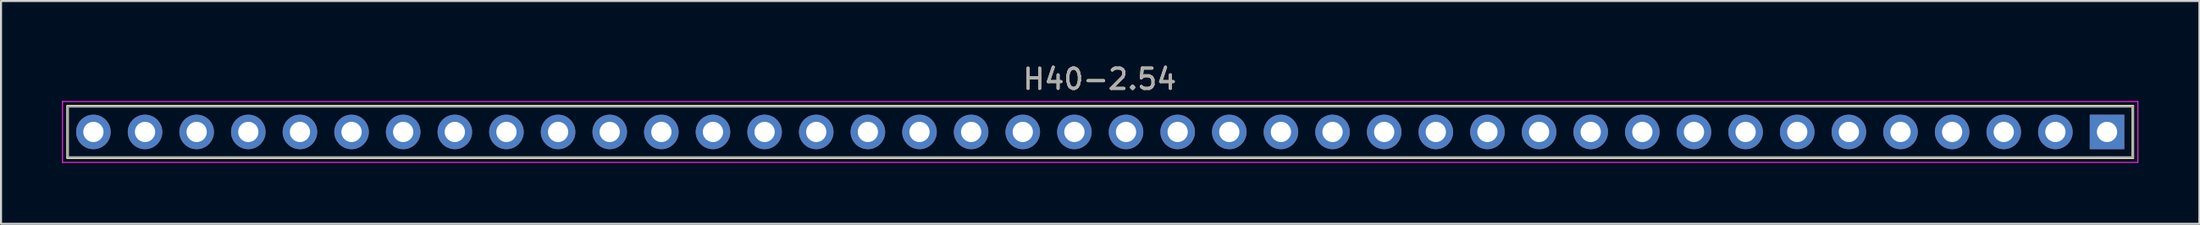
<source format=kicad_pcb>
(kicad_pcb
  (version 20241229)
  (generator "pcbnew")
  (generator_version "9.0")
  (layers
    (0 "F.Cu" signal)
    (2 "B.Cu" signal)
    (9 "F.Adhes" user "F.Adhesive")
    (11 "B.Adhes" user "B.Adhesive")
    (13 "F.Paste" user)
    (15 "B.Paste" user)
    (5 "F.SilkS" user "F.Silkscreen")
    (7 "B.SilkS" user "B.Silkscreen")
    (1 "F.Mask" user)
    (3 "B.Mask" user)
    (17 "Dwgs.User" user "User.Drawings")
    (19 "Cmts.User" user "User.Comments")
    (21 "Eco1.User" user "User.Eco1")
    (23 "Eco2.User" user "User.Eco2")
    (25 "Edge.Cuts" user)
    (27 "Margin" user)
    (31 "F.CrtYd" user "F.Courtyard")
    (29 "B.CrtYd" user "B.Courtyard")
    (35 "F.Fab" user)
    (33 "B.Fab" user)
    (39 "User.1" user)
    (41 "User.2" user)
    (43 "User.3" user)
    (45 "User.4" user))
  (footprint "H40-2.54"
    (layer "F.Cu")
    (at 51.075 3.448)
    (property "Reference" "H40-2.54" (at -0.025 -2.6 0) (layer "F.SilkS") (effects (font (size 1 1) (thickness 0.15))))
    (attr exclude_from_pos_files exclude_from_bom)
    (fp_line (start -50.8 -1.27) (end -50.8 1.27) (stroke (width 0.127) (type solid)) (layer "F.SilkS"))
    (fp_line (start -50.8 1.27) (end 50.8 1.27) (stroke (width 0.127) (type solid)) (layer "F.SilkS"))
    (fp_line (start 50.8 -1.27) (end -50.8 -1.27) (stroke (width 0.127) (type solid)) (layer "F.SilkS"))
    (fp_line (start 50.8 -1.27) (end 50.8 1.27) (stroke (width 0.127) (type solid)) (layer "F.SilkS"))
    (fp_line (start -51.05 -1.5) (end 51.05 -1.5) (stroke (width 0.05) (type solid)) (layer "F.CrtYd"))
    (fp_line (start -51.05 1.5) (end -51.05 -1.5) (stroke (width 0.05) (type solid)) (layer "F.CrtYd"))
    (fp_line (start 51.05 -1.5) (end 51.05 1.5) (stroke (width 0.05) (type solid)) (layer "F.CrtYd"))
    (fp_line (start 51.05 1.5) (end -51.05 1.5) (stroke (width 0.05) (type solid)) (layer "F.CrtYd"))
    (fp_line (start -50.8 -1.25) (end -50.8 1.25) (stroke (width 0.1) (type solid)) (layer "F.Fab"))
    (fp_line (start -50.8 -1.25) (end 50.8 -1.25) (stroke (width 0.1) (type solid)) (layer "F.Fab"))
    (fp_line (start -50.8 1.25) (end 50.8 1.25) (stroke (width 0.1) (type solid)) (layer "F.Fab"))
    (fp_line (start 50.8 -1.25) (end 50.8 1.25) (stroke (width 0.1) (type solid)) (layer "F.Fab"))
    (fp_text user "${REFERENCE}" (at -0.025 -2.6 0) (layer "F.Fab") (effects (font (size 1 1) (thickness 0.15))))
    (pad "1" thru_hole rect (at 49.53 0 270) (size 1.699 1.699) (drill 0.998) (layers "*.Cu" "*.Mask"))
    (pad "2" thru_hole circle (at 46.99 0 270) (size 1.699 1.699) (drill 0.998) (layers "*.Cu" "*.Mask"))
    (pad "3" thru_hole circle (at 44.45 0 270) (size 1.699 1.699) (drill 0.998) (layers "*.Cu" "*.Mask"))
    (pad "4" thru_hole circle (at 41.91 0 270) (size 1.699 1.699) (drill 0.998) (layers "*.Cu" "*.Mask"))
    (pad "5" thru_hole circle (at 39.37 0 270) (size 1.699 1.699) (drill 0.998) (layers "*.Cu" "*.Mask"))
    (pad "6" thru_hole circle (at 36.83 0 270) (size 1.699 1.699) (drill 0.998) (layers "*.Cu" "*.Mask"))
    (pad "7" thru_hole circle (at 34.29 0 270) (size 1.699 1.699) (drill 0.998) (layers "*.Cu" "*.Mask"))
    (pad "8" thru_hole circle (at 31.75 0 270) (size 1.699 1.699) (drill 0.998) (layers "*.Cu" "*.Mask"))
    (pad "9" thru_hole circle (at 29.21 0 270) (size 1.699 1.699) (drill 0.998) (layers "*.Cu" "*.Mask"))
    (pad "10" thru_hole circle (at 26.67 0 270) (size 1.699 1.699) (drill 0.998) (layers "*.Cu" "*.Mask"))
    (pad "11" thru_hole circle (at 24.13 0 270) (size 1.699 1.699) (drill 0.998) (layers "*.Cu" "*.Mask"))
    (pad "12" thru_hole circle (at 21.59 0 270) (size 1.699 1.699) (drill 0.998) (layers "*.Cu" "*.Mask"))
    (pad "13" thru_hole circle (at 19.05 0 270) (size 1.699 1.699) (drill 0.998) (layers "*.Cu" "*.Mask"))
    (pad "14" thru_hole circle (at 16.51 0 270) (size 1.699 1.699) (drill 0.998) (layers "*.Cu" "*.Mask"))
    (pad "15" thru_hole circle (at 13.97 0 270) (size 1.699 1.699) (drill 0.998) (layers "*.Cu" "*.Mask"))
    (pad "16" thru_hole circle (at 11.43 0 270) (size 1.699 1.699) (drill 0.998) (layers "*.Cu" "*.Mask"))
    (pad "17" thru_hole circle (at 8.89 0 270) (size 1.699 1.699) (drill 0.998) (layers "*.Cu" "*.Mask"))
    (pad "18" thru_hole circle (at 6.35 0 270) (size 1.699 1.699) (drill 0.998) (layers "*.Cu" "*.Mask"))
    (pad "19" thru_hole circle (at 3.81 0 270) (size 1.699 1.699) (drill 0.998) (layers "*.Cu" "*.Mask"))
    (pad "20" thru_hole circle (at 1.27 0 270) (size 1.699 1.699) (drill 0.998) (layers "*.Cu" "*.Mask"))
    (pad "21" thru_hole circle (at -1.27 0 270) (size 1.699 1.699) (drill 0.998) (layers "*.Cu" "*.Mask"))
    (pad "22" thru_hole circle (at -3.81 0 270) (size 1.699 1.699) (drill 0.998) (layers "*.Cu" "*.Mask"))
    (pad "23" thru_hole circle (at -6.35 0 270) (size 1.699 1.699) (drill 0.998) (layers "*.Cu" "*.Mask"))
    (pad "24" thru_hole circle (at -8.89 0 270) (size 1.699 1.699) (drill 0.998) (layers "*.Cu" "*.Mask"))
    (pad "25" thru_hole circle (at -11.43 0 270) (size 1.699 1.699) (drill 0.998) (layers "*.Cu" "*.Mask"))
    (pad "26" thru_hole circle (at -13.97 0 270) (size 1.699 1.699) (drill 0.998) (layers "*.Cu" "*.Mask"))
    (pad "27" thru_hole circle (at -16.51 0 270) (size 1.699 1.699) (drill 0.998) (layers "*.Cu" "*.Mask"))
    (pad "28" thru_hole circle (at -19.05 0 270) (size 1.699 1.699) (drill 0.998) (layers "*.Cu" "*.Mask"))
    (pad "29" thru_hole circle (at -21.59 0 270) (size 1.699 1.699) (drill 0.998) (layers "*.Cu" "*.Mask"))
    (pad "30" thru_hole circle (at -24.13 0 270) (size 1.699 1.699) (drill 0.998) (layers "*.Cu" "*.Mask"))
    (pad "31" thru_hole circle (at -26.67 0 270) (size 1.699 1.699) (drill 0.998) (layers "*.Cu" "*.Mask"))
    (pad "32" thru_hole circle (at -29.21 0 270) (size 1.699 1.699) (drill 0.998) (layers "*.Cu" "*.Mask"))
    (pad "33" thru_hole circle (at -31.75 0 270) (size 1.699 1.699) (drill 0.998) (layers "*.Cu" "*.Mask"))
    (pad "34" thru_hole circle (at -34.29 0 270) (size 1.699 1.699) (drill 0.998) (layers "*.Cu" "*.Mask"))
    (pad "35" thru_hole circle (at -36.83 0 270) (size 1.699 1.699) (drill 0.998) (layers "*.Cu" "*.Mask"))
    (pad "36" thru_hole circle (at -39.37 0 270) (size 1.699 1.699) (drill 0.998) (layers "*.Cu" "*.Mask"))
    (pad "37" thru_hole circle (at -41.91 0 270) (size 1.699 1.699) (drill 0.998) (layers "*.Cu" "*.Mask"))
    (pad "38" thru_hole circle (at -44.45 0 270) (size 1.699 1.699) (drill 0.998) (layers "*.Cu" "*.Mask"))
    (pad "39" thru_hole circle (at -46.99 0 270) (size 1.699 1.699) (drill 0.998) (layers "*.Cu" "*.Mask"))
    (pad "40" thru_hole circle (at -49.53 0 270) (size 1.699 1.699) (drill 0.998) (layers "*.Cu" "*.Mask")))
  (gr_rect
    (start -3 -3)
    (end 105.15 7.973)
    (stroke (width 0.1) (type default))
    (fill no)
    (layer "Edge.Cuts")))
</source>
